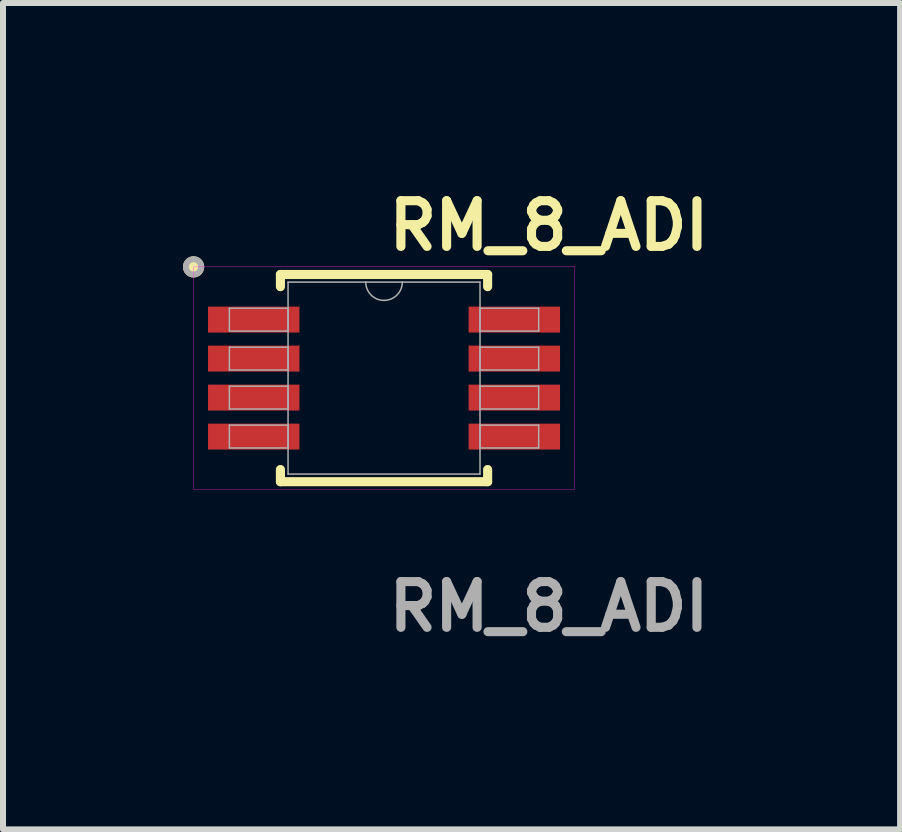
<source format=kicad_pcb>
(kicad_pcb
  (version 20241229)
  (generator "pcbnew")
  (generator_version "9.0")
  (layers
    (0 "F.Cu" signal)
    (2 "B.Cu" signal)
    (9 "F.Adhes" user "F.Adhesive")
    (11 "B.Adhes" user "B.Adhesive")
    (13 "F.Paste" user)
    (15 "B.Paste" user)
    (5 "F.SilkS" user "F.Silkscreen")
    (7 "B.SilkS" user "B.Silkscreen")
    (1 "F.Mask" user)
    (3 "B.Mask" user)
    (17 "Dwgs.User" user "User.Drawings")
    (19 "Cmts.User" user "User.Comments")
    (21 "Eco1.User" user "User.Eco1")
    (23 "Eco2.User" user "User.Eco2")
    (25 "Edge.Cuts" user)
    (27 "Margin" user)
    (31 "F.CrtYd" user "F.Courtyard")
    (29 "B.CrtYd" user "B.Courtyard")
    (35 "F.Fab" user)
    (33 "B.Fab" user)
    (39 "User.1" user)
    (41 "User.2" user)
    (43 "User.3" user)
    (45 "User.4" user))
  (footprint "RM_8_ADI"
    (layer "F.Cu")
    (at 3.352 3.253)
    (property "Reference" "RM_8_ADI" (at 0 -2.54 0) (unlocked yes) (layer "F.SilkS") (effects (font (size 0.762 0.762) (thickness 0.152) (bold yes)) (justify left)))
    (attr smd)
    (fp_line (start -1.727 -1.727) (end -1.727 -1.524) (stroke (width 0.152) (type solid)) (layer "F.SilkS"))
    (fp_line (start -1.727 1.524) (end -1.727 1.727) (stroke (width 0.152) (type solid)) (layer "F.SilkS"))
    (fp_line (start -1.727 1.727) (end 1.727 1.727) (stroke (width 0.152) (type solid)) (layer "F.SilkS"))
    (fp_line (start 1.727 -1.727) (end -1.727 -1.727) (stroke (width 0.152) (type solid)) (layer "F.SilkS"))
    (fp_line (start 1.727 -1.524) (end 1.727 -1.727) (stroke (width 0.152) (type solid)) (layer "F.SilkS"))
    (fp_line (start 1.727 1.727) (end 1.727 1.524) (stroke (width 0.152) (type solid)) (layer "F.SilkS"))
    (fp_circle (center -3.175 -1.854) (end -3.048 -1.854) (stroke (width 0.1) (type solid)) (fill yes) (layer "F.SilkS"))
    (fp_rect (start -3.175 -1.854) (end 3.175 1.854) (stroke (width 0.006) (type default)) (fill no) (layer "F.CrtYd"))
    (fp_line (start -2.578 -1.165) (end -2.578 -0.784) (stroke (width 0.025) (type solid)) (layer "F.Fab"))
    (fp_line (start -2.578 -0.784) (end -1.6 -0.784) (stroke (width 0.025) (type solid)) (layer "F.Fab"))
    (fp_line (start -2.578 -0.515) (end -2.578 -0.135) (stroke (width 0.025) (type solid)) (layer "F.Fab"))
    (fp_line (start -2.578 -0.135) (end -1.6 -0.135) (stroke (width 0.025) (type solid)) (layer "F.Fab"))
    (fp_line (start -2.578 0.135) (end -2.578 0.515) (stroke (width 0.025) (type solid)) (layer "F.Fab"))
    (fp_line (start -2.578 0.515) (end -1.6 0.515) (stroke (width 0.025) (type solid)) (layer "F.Fab"))
    (fp_line (start -2.578 0.784) (end -2.578 1.165) (stroke (width 0.025) (type solid)) (layer "F.Fab"))
    (fp_line (start -2.578 1.165) (end -1.6 1.165) (stroke (width 0.025) (type solid)) (layer "F.Fab"))
    (fp_line (start -1.6 -1.6) (end -1.6 1.6) (stroke (width 0.025) (type solid)) (layer "F.Fab"))
    (fp_line (start -1.6 -1.165) (end -2.578 -1.165) (stroke (width 0.025) (type solid)) (layer "F.Fab"))
    (fp_line (start -1.6 -0.784) (end -1.6 -1.165) (stroke (width 0.025) (type solid)) (layer "F.Fab"))
    (fp_line (start -1.6 -0.515) (end -2.578 -0.515) (stroke (width 0.025) (type solid)) (layer "F.Fab"))
    (fp_line (start -1.6 -0.135) (end -1.6 -0.515) (stroke (width 0.025) (type solid)) (layer "F.Fab"))
    (fp_line (start -1.6 0.135) (end -2.578 0.135) (stroke (width 0.025) (type solid)) (layer "F.Fab"))
    (fp_line (start -1.6 0.515) (end -1.6 0.135) (stroke (width 0.025) (type solid)) (layer "F.Fab"))
    (fp_line (start -1.6 0.784) (end -2.578 0.784) (stroke (width 0.025) (type solid)) (layer "F.Fab"))
    (fp_line (start -1.6 1.165) (end -1.6 0.784) (stroke (width 0.025) (type solid)) (layer "F.Fab"))
    (fp_line (start -1.6 1.6) (end 1.6 1.6) (stroke (width 0.025) (type solid)) (layer "F.Fab"))
    (fp_line (start 1.6 -1.6) (end -1.6 -1.6) (stroke (width 0.025) (type solid)) (layer "F.Fab"))
    (fp_line (start 1.6 -1.165) (end 1.6 -0.784) (stroke (width 0.025) (type solid)) (layer "F.Fab"))
    (fp_line (start 1.6 -0.784) (end 2.578 -0.784) (stroke (width 0.025) (type solid)) (layer "F.Fab"))
    (fp_line (start 1.6 -0.515) (end 1.6 -0.135) (stroke (width 0.025) (type solid)) (layer "F.Fab"))
    (fp_line (start 1.6 -0.135) (end 2.578 -0.135) (stroke (width 0.025) (type solid)) (layer "F.Fab"))
    (fp_line (start 1.6 0.135) (end 1.6 0.515) (stroke (width 0.025) (type solid)) (layer "F.Fab"))
    (fp_line (start 1.6 0.515) (end 2.578 0.515) (stroke (width 0.025) (type solid)) (layer "F.Fab"))
    (fp_line (start 1.6 0.784) (end 1.6 1.165) (stroke (width 0.025) (type solid)) (layer "F.Fab"))
    (fp_line (start 1.6 1.165) (end 2.578 1.165) (stroke (width 0.025) (type solid)) (layer "F.Fab"))
    (fp_line (start 1.6 1.6) (end 1.6 -1.6) (stroke (width 0.025) (type solid)) (layer "F.Fab"))
    (fp_line (start 2.578 -1.165) (end 1.6 -1.165) (stroke (width 0.025) (type solid)) (layer "F.Fab"))
    (fp_line (start 2.578 -0.784) (end 2.578 -1.165) (stroke (width 0.025) (type solid)) (layer "F.Fab"))
    (fp_line (start 2.578 -0.515) (end 1.6 -0.515) (stroke (width 0.025) (type solid)) (layer "F.Fab"))
    (fp_line (start 2.578 -0.135) (end 2.578 -0.515) (stroke (width 0.025) (type solid)) (layer "F.Fab"))
    (fp_line (start 2.578 0.135) (end 1.6 0.135) (stroke (width 0.025) (type solid)) (layer "F.Fab"))
    (fp_line (start 2.578 0.515) (end 2.578 0.135) (stroke (width 0.025) (type solid)) (layer "F.Fab"))
    (fp_line (start 2.578 0.784) (end 1.6 0.784) (stroke (width 0.025) (type solid)) (layer "F.Fab"))
    (fp_line (start 2.578 1.165) (end 2.578 0.784) (stroke (width 0.025) (type solid)) (layer "F.Fab"))
    (fp_arc (start 0.3048 -1.6002) (mid 0 -1.2954) (end -0.3048 -1.6002) (stroke (width 0.0254) (type solid)) (layer "F.Fab"))
    (fp_circle (center -3.175 -1.854) (end -3.048 -1.854) (stroke (width 0.1) (type solid)) (fill no) (layer "F.Fab"))
    (fp_text user "${REFERENCE}" (at 0 3.81 0) (unlocked yes) (layer "F.Fab") (effects (font (size 0.762 0.762) (thickness 0.152) (bold yes)) (justify left)))
    (pad "1" smd rect (at -2.172 -0.975) (size 1.524 0.432) (layers "F.Cu" "F.Mask" "F.Paste"))
    (pad "2" smd rect (at -2.172 -0.325) (size 1.524 0.432) (layers "F.Cu" "F.Mask" "F.Paste"))
    (pad "3" smd rect (at -2.172 0.325) (size 1.524 0.432) (layers "F.Cu" "F.Mask" "F.Paste"))
    (pad "4" smd rect (at -2.172 0.975) (size 1.524 0.432) (layers "F.Cu" "F.Mask" "F.Paste"))
    (pad "5" smd rect (at 2.172 0.975) (size 1.524 0.432) (layers "F.Cu" "F.Mask" "F.Paste"))
    (pad "6" smd rect (at 2.172 0.325) (size 1.524 0.432) (layers "F.Cu" "F.Mask" "F.Paste"))
    (pad "7" smd rect (at 2.172 -0.325) (size 1.524 0.432) (layers "F.Cu" "F.Mask" "F.Paste"))
    (pad "8" smd rect (at 2.172 -0.975) (size 1.524 0.432) (layers "F.Cu" "F.Mask" "F.Paste")))
  (gr_rect
    (start -3 -3)
    (end 11.955 10.776)
    (stroke (width 0.1) (type default))
    (fill no)
    (layer "Edge.Cuts")))
</source>
